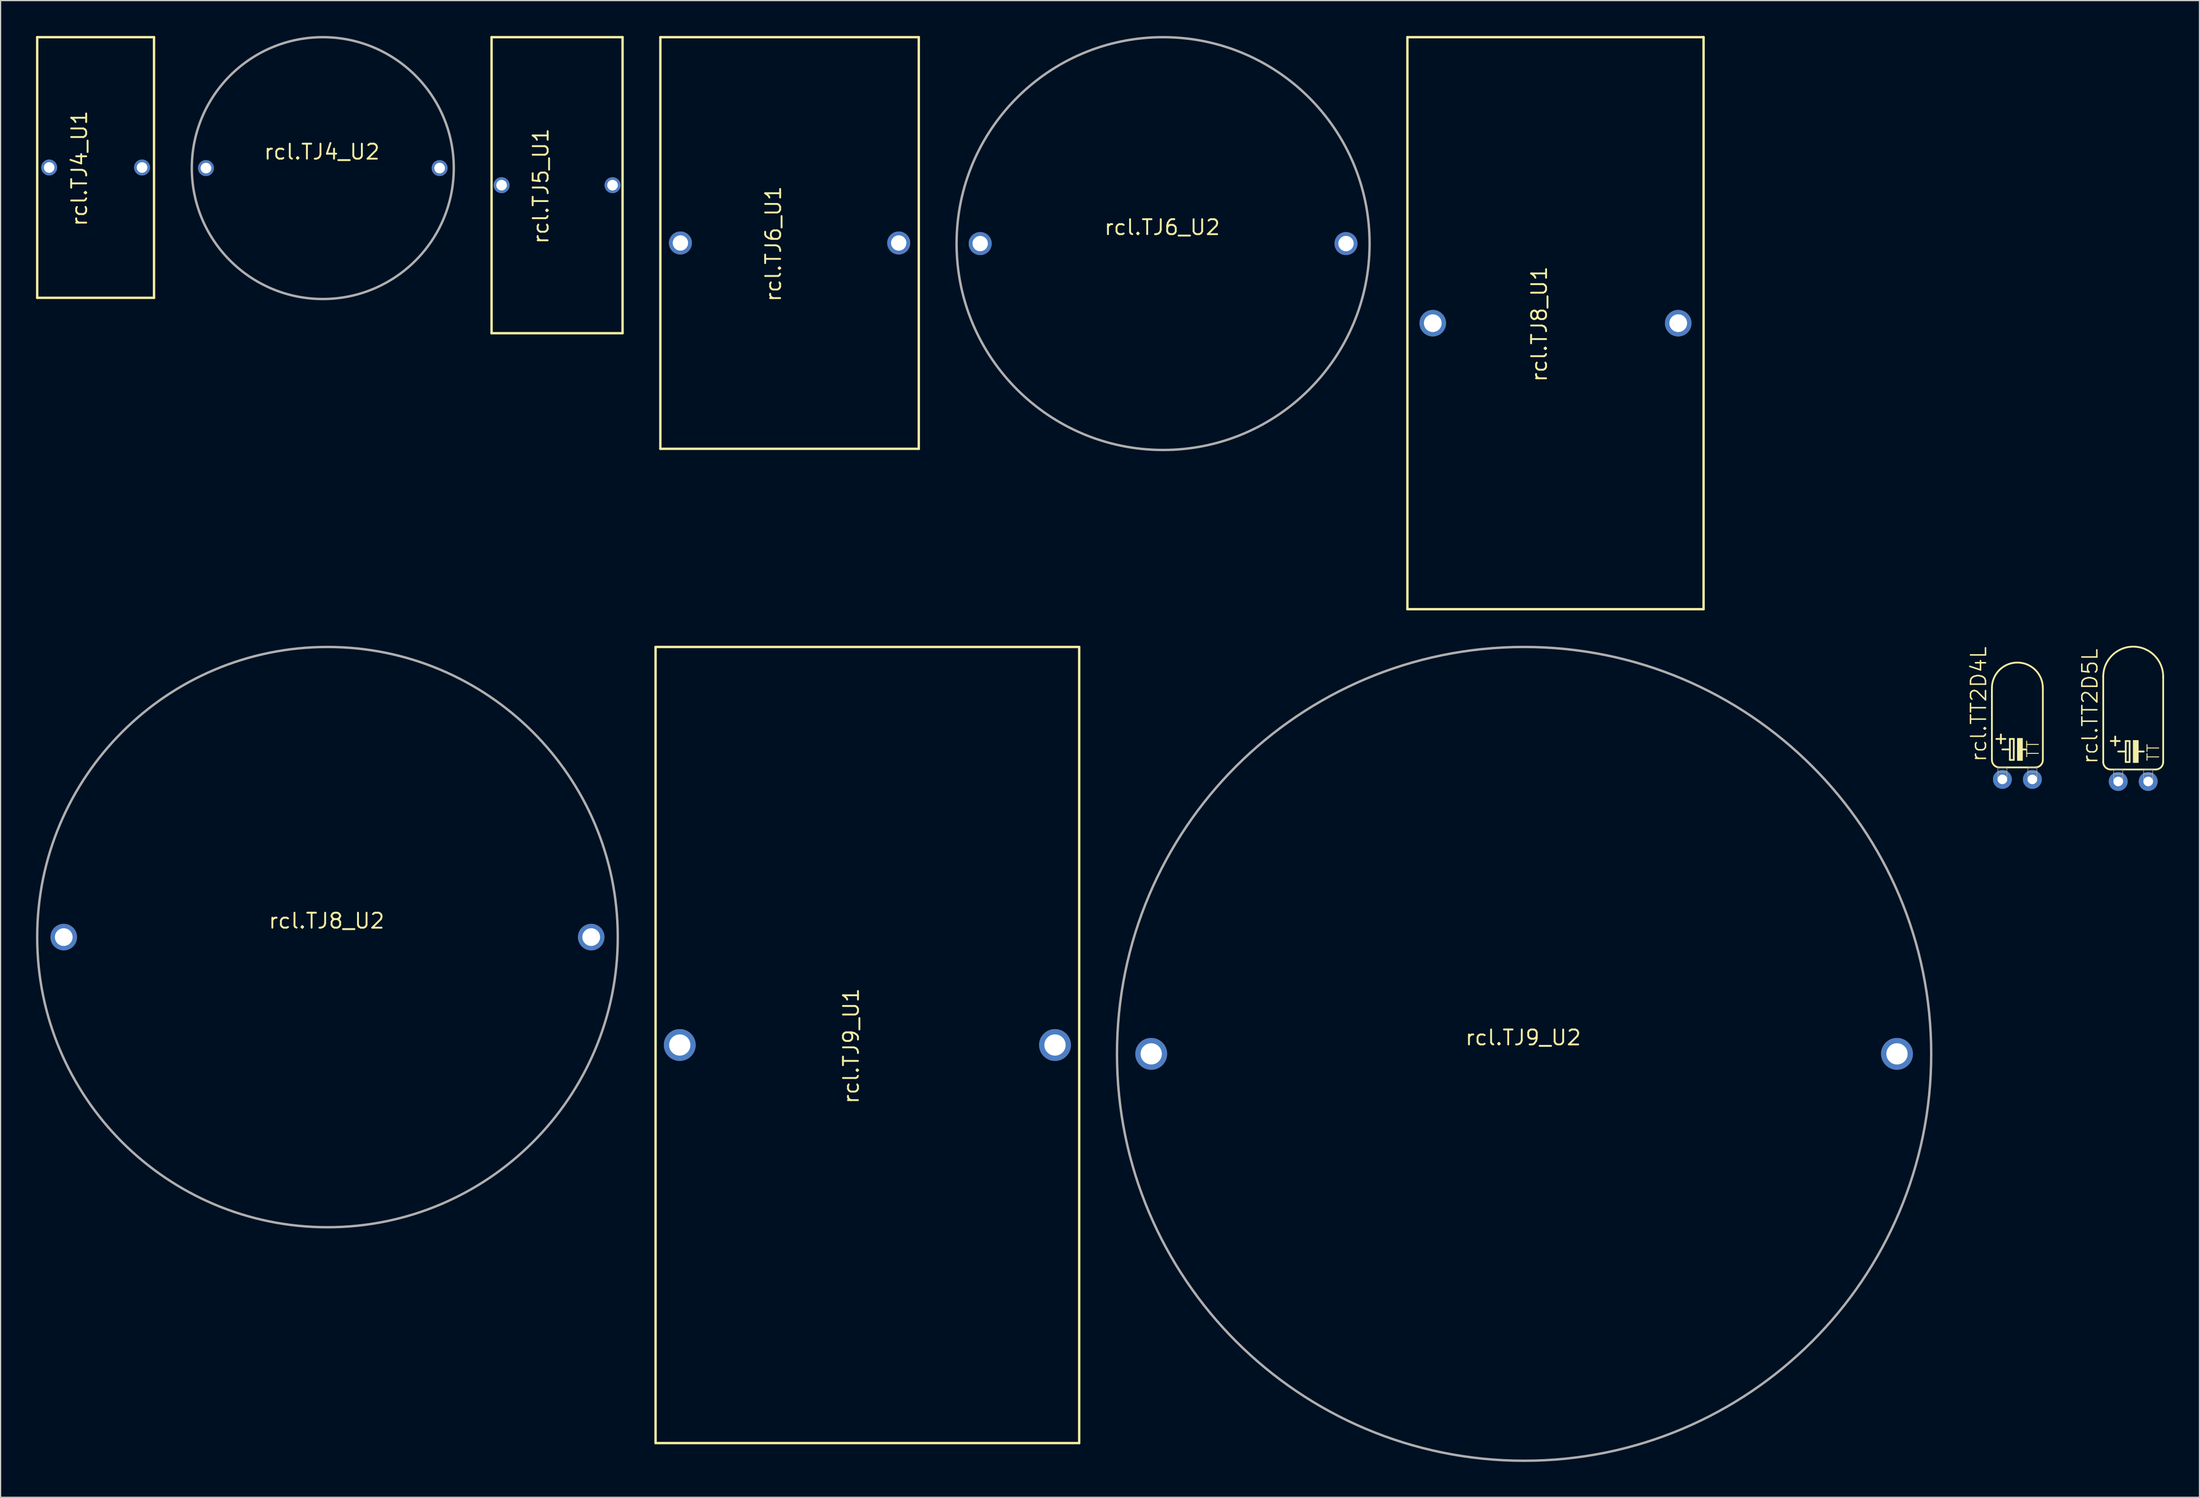
<source format=kicad_pcb>
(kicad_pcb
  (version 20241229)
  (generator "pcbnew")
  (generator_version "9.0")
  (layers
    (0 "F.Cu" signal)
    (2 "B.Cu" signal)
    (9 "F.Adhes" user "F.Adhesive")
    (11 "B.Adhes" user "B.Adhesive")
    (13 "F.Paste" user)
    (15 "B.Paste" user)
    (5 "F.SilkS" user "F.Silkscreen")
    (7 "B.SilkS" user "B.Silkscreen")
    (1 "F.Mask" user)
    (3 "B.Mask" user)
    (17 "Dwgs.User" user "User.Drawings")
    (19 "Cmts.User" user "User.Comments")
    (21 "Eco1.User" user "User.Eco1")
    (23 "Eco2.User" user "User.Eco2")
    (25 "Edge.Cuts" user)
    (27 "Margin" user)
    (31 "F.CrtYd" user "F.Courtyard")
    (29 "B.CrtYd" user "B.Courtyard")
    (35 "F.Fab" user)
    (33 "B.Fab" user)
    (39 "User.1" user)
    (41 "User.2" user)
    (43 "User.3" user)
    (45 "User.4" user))
  (footprint "rcl.TJ9_U2"
    (layer "F.Cu")
    (at 126.108 86.305)
    (property "Reference" "rcl.TJ9_U2" (at -5.08 -0.635 0) (layer "F.SilkS") (effects (font (size 1.27 1.27) (thickness 0.16)) (justify left bottom)))
    (attr through_hole)
    (fp_circle (center 0 0) (end 34.5 0) (stroke (width 0.203) (type default)) (fill no) (layer "F.Fab"))
    (pad "1" thru_hole circle (at -31.6 0) (size 2.7 2.7) (drill 1.8) (layers "*.Cu" "*.Mask"))
    (pad "2" thru_hole circle (at 31.6 0) (size 2.7 2.7) (drill 1.8) (layers "*.Cu" "*.Mask")))
  (footprint "rcl.TT2D5L"
    (layer "F.Cu")
    (at 177.726 63.209)
    (property "Reference" "rcl.TT2D5L" (at -2.921 -1.397 90) (layer "F.SilkS") (effects (font (size 1.27 1.27) (thickness 0.13)) (justify left bottom)))
    (attr through_hole)
    (fp_line (start -2.54 -8.89) (end -2.54 -1.651) (stroke (width 0.152) (type default)) (layer "F.SilkS"))
    (fp_line (start -1.905 -3.429) (end -1.143 -3.429) (stroke (width 0.152) (type default)) (layer "F.SilkS"))
    (fp_line (start -1.905 -1.016) (end 1.905 -1.016) (stroke (width 0.152) (type default)) (layer "F.SilkS"))
    (fp_line (start -1.524 -3.81) (end -1.524 -3.048) (stroke (width 0.152) (type default)) (layer "F.SilkS"))
    (fp_line (start -1.27 -2.54) (end -0.635 -2.54) (stroke (width 0.152) (type default)) (layer "F.SilkS"))
    (fp_line (start -0.635 -3.429) (end -0.635 -2.54) (stroke (width 0.152) (type default)) (layer "F.SilkS"))
    (fp_line (start -0.635 -2.54) (end -0.635 -1.651) (stroke (width 0.152) (type default)) (layer "F.SilkS"))
    (fp_line (start -0.635 -1.651) (end -0.305 -1.651) (stroke (width 0.152) (type default)) (layer "F.SilkS"))
    (fp_line (start -0.305 -3.429) (end -0.635 -3.429) (stroke (width 0.152) (type default)) (layer "F.SilkS"))
    (fp_line (start -0.305 -1.651) (end -0.305 -3.429) (stroke (width 0.152) (type default)) (layer "F.SilkS"))
    (fp_line (start 0.381 -2.54) (end 0.889 -2.54) (stroke (width 0.152) (type default)) (layer "F.SilkS"))
    (fp_line (start 2.54 -8.89) (end 2.54 -1.651) (stroke (width 0.152) (type default)) (layer "F.SilkS"))
    (fp_rect (start 0 -1.6) (end 0.432 -3.48) (stroke (width 0.05) (type default)) (fill yes) (layer "F.SilkS"))
    (fp_arc (start -2.54 -8.89) (mid 0 -11.43) (end 2.54 -8.89) (stroke (width 0.1524) (type default)) (layer "F.SilkS"))
    (fp_arc (start -1.905 -1.016) (mid -2.354013 -1.201987) (end -2.54 -1.651) (stroke (width 0.1524) (type default)) (layer "F.SilkS"))
    (fp_arc (start 2.54 -1.651) (mid 2.354013 -1.201987) (end 1.905 -1.016) (stroke (width 0.1524) (type default)) (layer "F.SilkS"))
    (fp_rect (start -1.651 -0.635) (end -0.889 -1.016) (stroke (width 0.05) (type default)) (fill no) (layer "F.Fab"))
    (fp_rect (start -1.651 0.127) (end -0.889 -0.635) (stroke (width 0.05) (type default)) (fill no) (layer "F.Fab"))
    (fp_rect (start 0.889 -0.635) (end 1.651 -1.016) (stroke (width 0.05) (type default)) (fill no) (layer "F.Fab"))
    (fp_rect (start 0.889 0.127) (end 1.651 -0.635) (stroke (width 0.05) (type default)) (fill no) (layer "F.Fab"))
    (fp_text user "TT" (at 2.286 -1.651 90) (layer "F.SilkS") (effects (font (size 0.991 0.991) (thickness 0.08)) (justify left bottom)))
    (pad "+" thru_hole circle (at -1.27 0) (size 1.6 1.6) (drill 0.813) (layers "*.Cu" "*.Mask"))
    (pad "-" thru_hole circle (at 1.27 0) (size 1.6 1.6) (drill 0.813) (layers "*.Cu" "*.Mask")))
  (footprint "rcl.TJ8_U2"
    (layer "F.Cu")
    (at 24.702 76.405)
    (property "Reference" "rcl.TJ8_U2" (at -5.08 -0.635 0) (layer "F.SilkS") (effects (font (size 1.27 1.27) (thickness 0.16)) (justify left bottom)))
    (attr through_hole)
    (fp_circle (center 0 0) (end 24.6 0) (stroke (width 0.203) (type default)) (fill no) (layer "F.Fab"))
    (pad "1" thru_hole circle (at -22.35 0) (size 2.25 2.25) (drill 1.5) (layers "*.Cu" "*.Mask"))
    (pad "2" thru_hole circle (at 22.35 0) (size 2.25 2.25) (drill 1.5) (layers "*.Cu" "*.Mask")))
  (footprint "rcl.TJ5_U1"
    (layer "F.Cu")
    (at 44.158 12.652)
    (property "Reference" "rcl.TJ5_U1" (at -0.635 5.08 90) (layer "F.SilkS") (effects (font (size 1.27 1.27) (thickness 0.16)) (justify left bottom)))
    (attr through_hole)
    (fp_line (start -5.55 -12.55) (end 5.55 -12.55) (stroke (width 0.203) (type default)) (layer "F.SilkS"))
    (fp_line (start -5.55 12.55) (end -5.55 -12.55) (stroke (width 0.203) (type default)) (layer "F.SilkS"))
    (fp_line (start 5.55 -12.55) (end 5.55 12.55) (stroke (width 0.203) (type default)) (layer "F.SilkS"))
    (fp_line (start 5.55 12.55) (end -5.55 12.55) (stroke (width 0.203) (type default)) (layer "F.SilkS"))
    (pad "1" thru_hole circle (at -4.7 0) (size 1.35 1.35) (drill 0.9) (layers "*.Cu" "*.Mask"))
    (pad "2" thru_hole circle (at 4.7 0) (size 1.35 1.35) (drill 0.9) (layers "*.Cu" "*.Mask")))
  (footprint "rcl.TT2D4L"
    (layer "F.Cu")
    (at 167.91 63.033)
    (property "Reference" "rcl.TT2D4L" (at -2.54 -1.397 90) (layer "F.SilkS") (effects (font (size 1.27 1.27) (thickness 0.13)) (justify left bottom)))
    (attr through_hole)
    (fp_line (start -2.159 -7.747) (end -2.159 -1.651) (stroke (width 0.152) (type default)) (layer "F.SilkS"))
    (fp_line (start -1.778 -3.429) (end -1.016 -3.429) (stroke (width 0.152) (type default)) (layer "F.SilkS"))
    (fp_line (start -1.524 -1.016) (end 1.524 -1.016) (stroke (width 0.152) (type default)) (layer "F.SilkS"))
    (fp_line (start -1.397 -3.81) (end -1.397 -3.048) (stroke (width 0.152) (type default)) (layer "F.SilkS"))
    (fp_line (start -1.27 -2.54) (end -0.635 -2.54) (stroke (width 0.152) (type default)) (layer "F.SilkS"))
    (fp_line (start -0.635 -3.429) (end -0.635 -2.54) (stroke (width 0.152) (type default)) (layer "F.SilkS"))
    (fp_line (start -0.635 -2.54) (end -0.635 -1.651) (stroke (width 0.152) (type default)) (layer "F.SilkS"))
    (fp_line (start -0.635 -1.651) (end -0.305 -1.651) (stroke (width 0.152) (type default)) (layer "F.SilkS"))
    (fp_line (start -0.305 -3.429) (end -0.635 -3.429) (stroke (width 0.152) (type default)) (layer "F.SilkS"))
    (fp_line (start -0.305 -1.651) (end -0.305 -3.429) (stroke (width 0.152) (type default)) (layer "F.SilkS"))
    (fp_line (start 0.254 -2.54) (end 0.762 -2.54) (stroke (width 0.152) (type default)) (layer "F.SilkS"))
    (fp_line (start 2.159 -7.747) (end 2.159 -1.651) (stroke (width 0.152) (type default)) (layer "F.SilkS"))
    (fp_rect (start 0 -1.6) (end 0.432 -3.48) (stroke (width 0.05) (type default)) (fill yes) (layer "F.SilkS"))
    (fp_arc (start -2.159 -7.747) (mid 0 -9.906) (end 2.159 -7.747) (stroke (width 0.1524) (type default)) (layer "F.SilkS"))
    (fp_arc (start -1.524 -1.016) (mid -1.973013 -1.201987) (end -2.159 -1.651) (stroke (width 0.1524) (type default)) (layer "F.SilkS"))
    (fp_arc (start 2.159 -1.651) (mid 1.973013 -1.201987) (end 1.524 -1.016) (stroke (width 0.1524) (type default)) (layer "F.SilkS"))
    (fp_rect (start -1.651 -0.635) (end -0.889 -1.016) (stroke (width 0.05) (type default)) (fill no) (layer "F.Fab"))
    (fp_rect (start -1.651 0.127) (end -0.889 -0.635) (stroke (width 0.05) (type default)) (fill no) (layer "F.Fab"))
    (fp_rect (start 0.889 -0.635) (end 1.651 -1.016) (stroke (width 0.05) (type default)) (fill no) (layer "F.Fab"))
    (fp_rect (start 0.889 0.127) (end 1.651 -0.635) (stroke (width 0.05) (type default)) (fill no) (layer "F.Fab"))
    (fp_text user "TT" (at 1.905 -1.778 90) (layer "F.SilkS") (effects (font (size 0.991 0.991) (thickness 0.08)) (justify left bottom)))
    (pad "+" thru_hole circle (at -1.27 0) (size 1.6 1.6) (drill 0.813) (layers "*.Cu" "*.Mask"))
    (pad "-" thru_hole circle (at 1.27 0) (size 1.6 1.6) (drill 0.813) (layers "*.Cu" "*.Mask")))
  (footprint "rcl.TJ4_U2"
    (layer "F.Cu")
    (at 24.305 11.202)
    (property "Reference" "rcl.TJ4_U2" (at -5.08 -0.635 0) (layer "F.SilkS") (effects (font (size 1.27 1.27) (thickness 0.16)) (justify left bottom)))
    (attr through_hole)
    (fp_circle (center 0 0) (end 11.1 0) (stroke (width 0.203) (type default)) (fill no) (layer "F.Fab"))
    (pad "1" thru_hole circle (at -9.9 0) (size 1.35 1.35) (drill 0.9) (layers "*.Cu" "*.Mask"))
    (pad "2" thru_hole circle (at 9.9 0) (size 1.35 1.35) (drill 0.9) (layers "*.Cu" "*.Mask")))
  (footprint "rcl.TJ4_U1"
    (layer "F.Cu")
    (at 5.052 11.152)
    (property "Reference" "rcl.TJ4_U1" (at -0.635 5.08 90) (layer "F.SilkS") (effects (font (size 1.27 1.27) (thickness 0.16)) (justify left bottom)))
    (attr through_hole)
    (fp_line (start -4.95 -11.05) (end 4.95 -11.05) (stroke (width 0.203) (type default)) (layer "F.SilkS"))
    (fp_line (start -4.95 11.05) (end -4.95 -11.05) (stroke (width 0.203) (type default)) (layer "F.SilkS"))
    (fp_line (start 4.95 -11.05) (end 4.95 11.05) (stroke (width 0.203) (type default)) (layer "F.SilkS"))
    (fp_line (start 4.95 11.05) (end -4.95 11.05) (stroke (width 0.203) (type default)) (layer "F.SilkS"))
    (pad "1" thru_hole circle (at -3.935 0) (size 1.35 1.35) (drill 0.9) (layers "*.Cu" "*.Mask"))
    (pad "2" thru_hole circle (at 3.935 0) (size 1.35 1.35) (drill 0.9) (layers "*.Cu" "*.Mask")))
  (footprint "rcl.TJ6_U2"
    (layer "F.Cu")
    (at 95.514 17.602)
    (property "Reference" "rcl.TJ6_U2" (at -5.08 -0.635 0) (layer "F.SilkS") (effects (font (size 1.27 1.27) (thickness 0.16)) (justify left bottom)))
    (attr through_hole)
    (fp_circle (center 0 0) (end 17.5 0) (stroke (width 0.203) (type default)) (fill no) (layer "F.Fab"))
    (pad "1" thru_hole circle (at -15.5 0) (size 1.95 1.95) (drill 1.3) (layers "*.Cu" "*.Mask"))
    (pad "2" thru_hole circle (at 15.5 0) (size 1.95 1.95) (drill 1.3) (layers "*.Cu" "*.Mask")))
  (footprint "rcl.TJ6_U1"
    (layer "F.Cu")
    (at 63.861 17.552)
    (property "Reference" "rcl.TJ6_U1" (at -0.635 5.08 90) (layer "F.SilkS") (effects (font (size 1.27 1.27) (thickness 0.16)) (justify left bottom)))
    (attr through_hole)
    (fp_line (start -10.95 -17.45) (end 10.95 -17.45) (stroke (width 0.203) (type default)) (layer "F.SilkS"))
    (fp_line (start -10.95 17.45) (end -10.95 -17.45) (stroke (width 0.203) (type default)) (layer "F.SilkS"))
    (fp_line (start 10.95 -17.45) (end 10.95 17.45) (stroke (width 0.203) (type default)) (layer "F.SilkS"))
    (fp_line (start 10.95 17.45) (end -10.95 17.45) (stroke (width 0.203) (type default)) (layer "F.SilkS"))
    (pad "1" thru_hole circle (at -9.25 0) (size 1.95 1.95) (drill 1.3) (layers "*.Cu" "*.Mask"))
    (pad "2" thru_hole circle (at 9.25 0) (size 1.95 1.95) (drill 1.3) (layers "*.Cu" "*.Mask")))
  (footprint "rcl.TJ8_U1"
    (layer "F.Cu")
    (at 128.768 24.352)
    (property "Reference" "rcl.TJ8_U1" (at -0.635 5.08 90) (layer "F.SilkS") (effects (font (size 1.27 1.27) (thickness 0.16)) (justify left bottom)))
    (attr through_hole)
    (fp_line (start -12.55 -24.25) (end 12.55 -24.25) (stroke (width 0.203) (type default)) (layer "F.SilkS"))
    (fp_line (start -12.55 24.25) (end -12.55 -24.25) (stroke (width 0.203) (type default)) (layer "F.SilkS"))
    (fp_line (start 12.55 -24.25) (end 12.55 24.25) (stroke (width 0.203) (type default)) (layer "F.SilkS"))
    (fp_line (start 12.55 24.25) (end -12.55 24.25) (stroke (width 0.203) (type default)) (layer "F.SilkS"))
    (pad "1" thru_hole circle (at -10.4 0) (size 2.25 2.25) (drill 1.5) (layers "*.Cu" "*.Mask"))
    (pad "2" thru_hole circle (at 10.4 0) (size 2.25 2.25) (drill 1.5) (layers "*.Cu" "*.Mask")))
  (footprint "rcl.TJ9_U1"
    (layer "F.Cu")
    (at 70.455 85.555)
    (property "Reference" "rcl.TJ9_U1" (at -0.635 5.08 90) (layer "F.SilkS") (effects (font (size 1.27 1.27) (thickness 0.16)) (justify left bottom)))
    (attr through_hole)
    (fp_line (start -17.95 -33.75) (end 17.95 -33.75) (stroke (width 0.203) (type default)) (layer "F.SilkS"))
    (fp_line (start -17.95 33.75) (end -17.95 -33.75) (stroke (width 0.203) (type default)) (layer "F.SilkS"))
    (fp_line (start 17.95 -33.75) (end 17.95 33.75) (stroke (width 0.203) (type default)) (layer "F.SilkS"))
    (fp_line (start 17.95 33.75) (end -17.95 33.75) (stroke (width 0.203) (type default)) (layer "F.SilkS"))
    (pad "1" thru_hole circle (at -15.9 0) (size 2.7 2.7) (drill 1.8) (layers "*.Cu" "*.Mask"))
    (pad "2" thru_hole circle (at 15.9 0) (size 2.7 2.7) (drill 1.8) (layers "*.Cu" "*.Mask")))
  (gr_rect
    (start -3 -3)
    (end 183.342 123.906)
    (stroke (width 0.1) (type default))
    (fill no)
    (layer "Edge.Cuts")))
</source>
